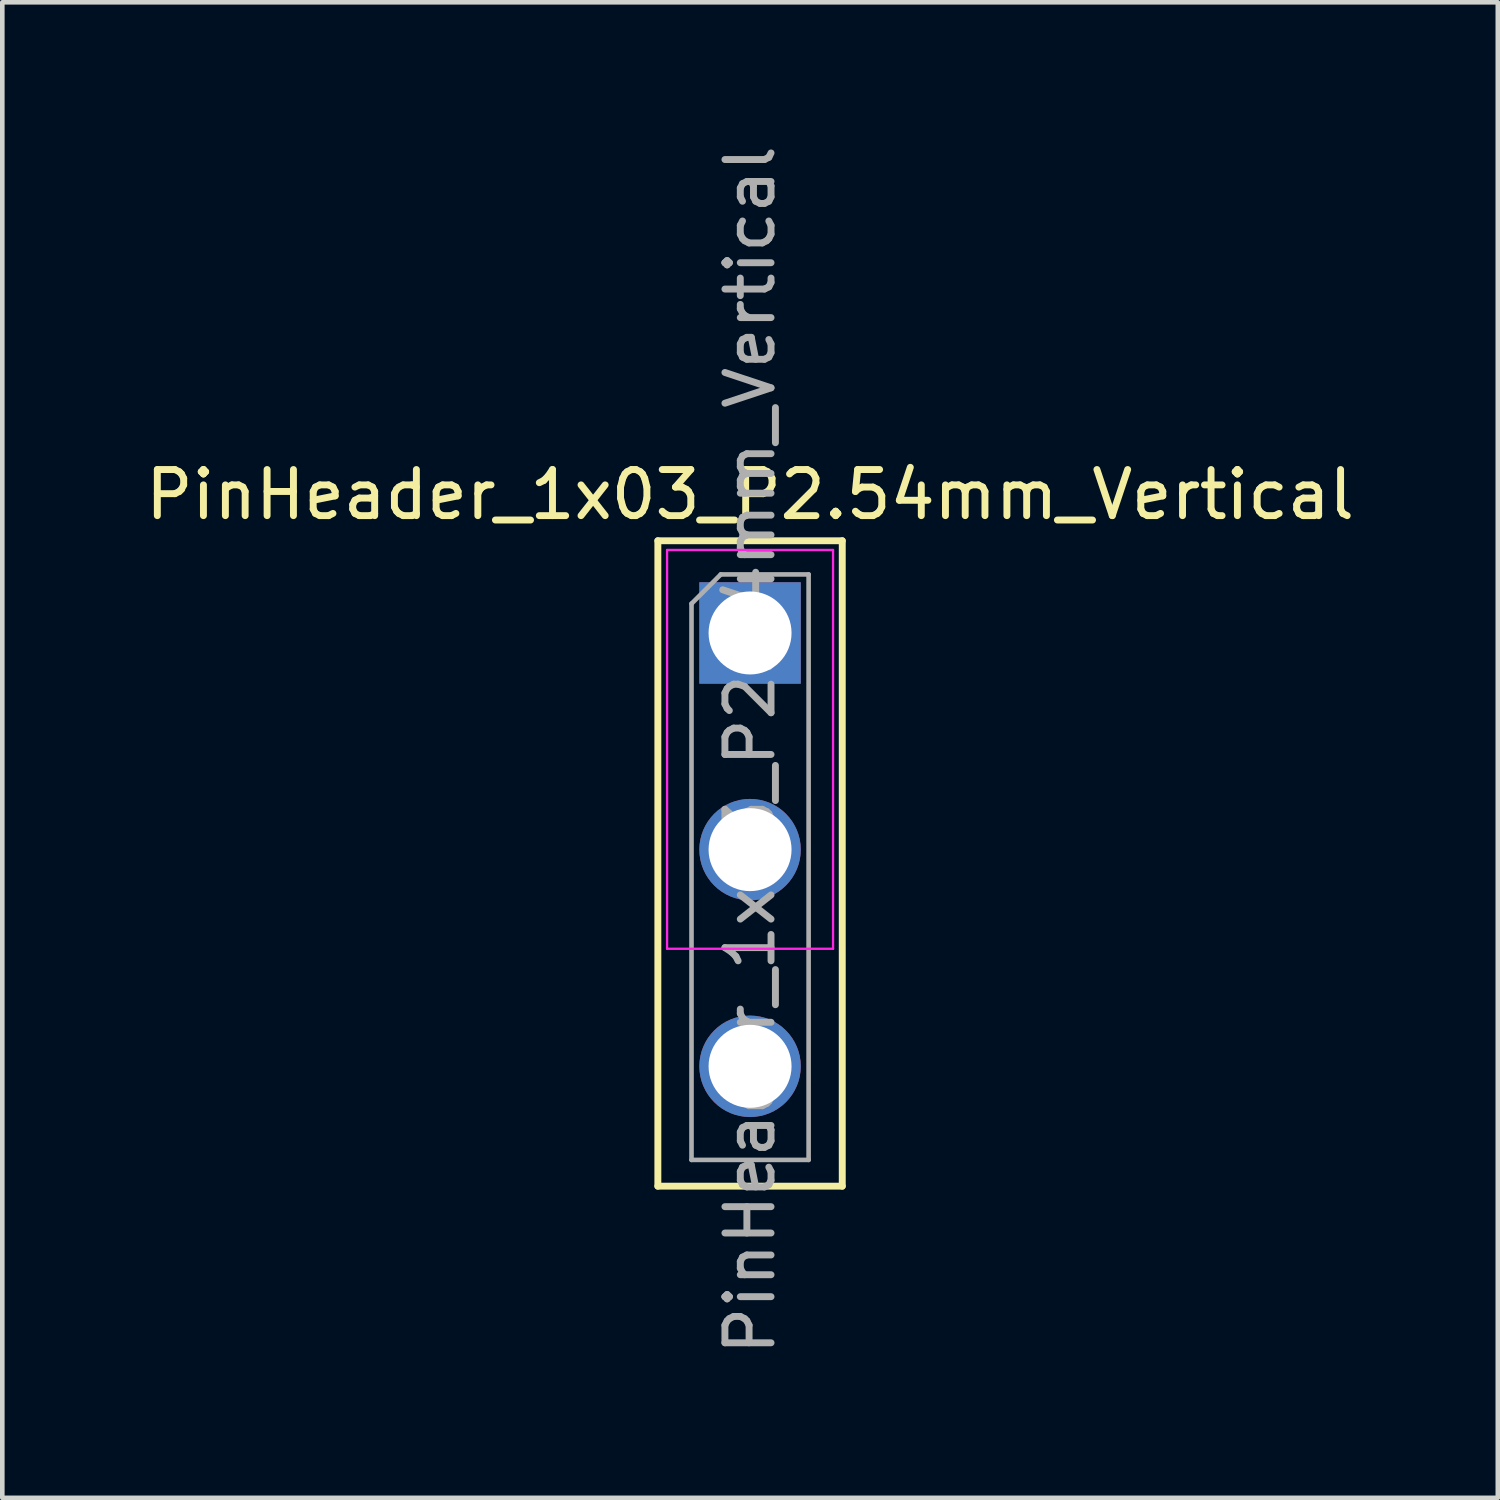
<source format=kicad_pcb>
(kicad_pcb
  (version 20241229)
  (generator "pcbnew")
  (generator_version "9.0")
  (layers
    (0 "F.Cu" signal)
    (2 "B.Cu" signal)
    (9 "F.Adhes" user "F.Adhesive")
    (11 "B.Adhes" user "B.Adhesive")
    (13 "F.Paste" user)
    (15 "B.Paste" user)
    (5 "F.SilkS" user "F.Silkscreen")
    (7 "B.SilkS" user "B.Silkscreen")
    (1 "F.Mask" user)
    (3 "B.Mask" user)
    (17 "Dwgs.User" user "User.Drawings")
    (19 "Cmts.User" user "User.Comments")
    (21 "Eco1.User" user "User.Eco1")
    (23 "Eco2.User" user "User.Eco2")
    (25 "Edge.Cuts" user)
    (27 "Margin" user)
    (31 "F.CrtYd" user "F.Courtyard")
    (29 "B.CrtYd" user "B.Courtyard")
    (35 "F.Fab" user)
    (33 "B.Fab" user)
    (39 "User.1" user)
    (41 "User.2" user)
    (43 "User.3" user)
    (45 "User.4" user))
  (footprint "PinHeader_1x03_P2.54mm_Vertical"
    (layer "F.Cu")
    (at 13.22 10.68)
    (property "Reference" "PinHeader_1x03_P2.54mm_Vertical" (at 0 -3 0) (layer "F.SilkS") (effects (font (size 1 1) (thickness 0.15))))
    (attr through_hole)
    (fp_line (start -2 -2) (end 2 -2) (stroke (width 0.15) (type solid)) (layer "F.SilkS"))
    (fp_line (start -2 12) (end -2 -2) (stroke (width 0.15) (type solid)) (layer "F.SilkS"))
    (fp_line (start 2 -2) (end 2 12) (stroke (width 0.15) (type solid)) (layer "F.SilkS"))
    (fp_line (start 2 12) (end -2 12) (stroke (width 0.15) (type solid)) (layer "F.SilkS"))
    (fp_line (start -1.8 -1.8) (end -1.8 6.85) (stroke (width 0.05) (type solid)) (layer "F.CrtYd"))
    (fp_line (start -1.8 6.85) (end 1.8 6.85) (stroke (width 0.05) (type solid)) (layer "F.CrtYd"))
    (fp_line (start 1.8 -1.8) (end -1.8 -1.8) (stroke (width 0.05) (type solid)) (layer "F.CrtYd"))
    (fp_line (start 1.8 6.85) (end 1.8 -1.8) (stroke (width 0.05) (type solid)) (layer "F.CrtYd"))
    (fp_line (start -1.27 -0.635) (end -0.635 -1.27) (stroke (width 0.1) (type solid)) (layer "F.Fab"))
    (fp_line (start -1.27 11.43) (end -1.27 -0.635) (stroke (width 0.1) (type solid)) (layer "F.Fab"))
    (fp_line (start -0.635 -1.27) (end 1.27 -1.27) (stroke (width 0.1) (type solid)) (layer "F.Fab"))
    (fp_line (start 1.27 -1.27) (end 1.27 11.43) (stroke (width 0.1) (type solid)) (layer "F.Fab"))
    (fp_line (start 1.27 11.43) (end -1.27 11.43) (stroke (width 0.1) (type solid)) (layer "F.Fab"))
    (fp_text user "${REFERENCE}" (at 0 2.54 90) (layer "F.Fab") (effects (font (size 1 1) (thickness 0.15))))
    (pad "1" thru_hole rect (at 0 0) (size 2.2 2.2) (drill 1.8) (layers "*.Cu" "*.Mask"))
    (pad "2" thru_hole circle (at 0 4.7) (size 2.2 2.2) (drill 1.8) (layers "*.Cu" "*.Mask"))
    (pad "3" thru_hole circle (at 0 9.4) (size 2.2 2.2) (drill 1.8) (layers "*.Cu" "*.Mask")))
  (gr_rect
    (start -3 -3)
    (end 29.44 29.44)
    (stroke (width 0.1) (type default))
    (fill no)
    (layer "Edge.Cuts")))
</source>
